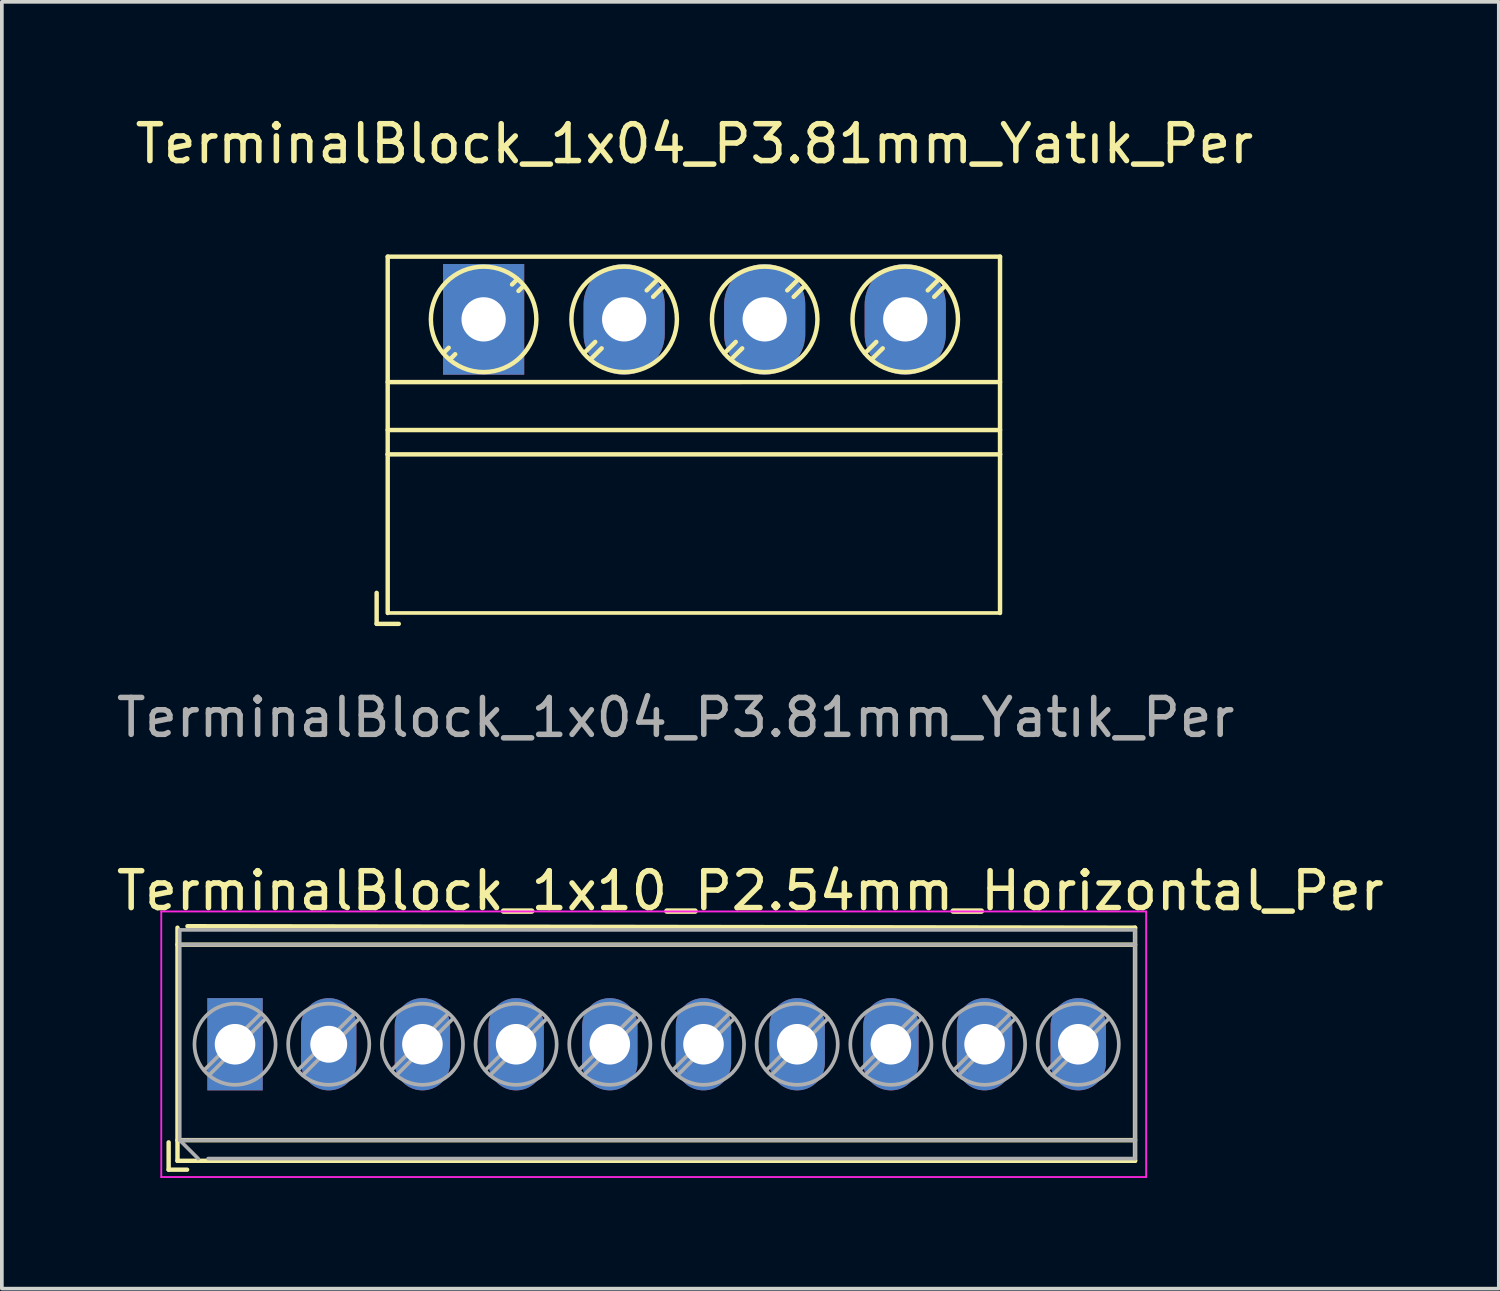
<source format=kicad_pcb>
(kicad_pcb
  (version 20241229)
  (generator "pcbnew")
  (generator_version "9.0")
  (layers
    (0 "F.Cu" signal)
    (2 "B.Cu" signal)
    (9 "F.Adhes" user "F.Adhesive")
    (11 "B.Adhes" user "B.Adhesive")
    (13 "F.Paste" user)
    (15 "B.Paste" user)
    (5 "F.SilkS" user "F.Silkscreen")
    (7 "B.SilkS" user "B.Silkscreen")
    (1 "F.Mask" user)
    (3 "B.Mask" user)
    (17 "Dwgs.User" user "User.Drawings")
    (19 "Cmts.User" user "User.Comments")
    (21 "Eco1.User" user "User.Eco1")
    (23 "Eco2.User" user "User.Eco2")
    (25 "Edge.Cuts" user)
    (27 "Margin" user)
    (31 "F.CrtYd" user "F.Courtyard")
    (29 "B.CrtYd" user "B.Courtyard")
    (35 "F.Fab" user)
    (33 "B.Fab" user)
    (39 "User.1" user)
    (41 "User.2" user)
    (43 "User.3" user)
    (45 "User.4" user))
  (footprint "TerminalBlock_1x04_P3.81mm_Yatık_Per"
    (layer "F.Cu")
    (at 10.061 5.608)
    (property "Reference" "TerminalBlock_1x04_P3.81mm_Yatık_Per" (at 5.715 -4.76 180) (layer "F.SilkS") (effects (font (size 1 1) (thickness 0.15))))
    (attr through_hole)
    (fp_line (start -2.9 7.415) (end -2.9 8.255) (stroke (width 0.12) (type solid)) (layer "F.SilkS"))
    (fp_line (start -2.9 8.255) (end -2.3 8.255) (stroke (width 0.12) (type solid)) (layer "F.SilkS"))
    (fp_line (start -2.6 -1.7) (end -2.6 3.66) (stroke (width 0.12) (type solid)) (layer "F.SilkS"))
    (fp_line (start -2.6 -1.7) (end 14 -1.7) (stroke (width 0.12) (type solid)) (layer "F.SilkS"))
    (fp_line (start -2.6 1.701) (end 14 1.7) (stroke (width 0.12) (type solid)) (layer "F.SilkS"))
    (fp_line (start -2.6 3) (end 14 3) (stroke (width 0.12) (type solid)) (layer "F.SilkS"))
    (fp_line (start -2.6 3.66) (end -2.6 7.96) (stroke (width 0.12) (type solid)) (layer "F.SilkS"))
    (fp_line (start -2.6 3.66) (end 14 3.66) (stroke (width 0.12) (type solid)) (layer "F.SilkS"))
    (fp_line (start -0.946 0.771) (end -1.085 0.91) (stroke (width 0.12) (type solid)) (layer "F.SilkS"))
    (fp_line (start -0.771 0.945) (end -0.911 1.085) (stroke (width 0.12) (type solid)) (layer "F.SilkS"))
    (fp_line (start 0.911 -1.085) (end 0.771 -0.945) (stroke (width 0.12) (type solid)) (layer "F.SilkS"))
    (fp_line (start 1.085 -0.91) (end 0.945 -0.771) (stroke (width 0.12) (type solid)) (layer "F.SilkS"))
    (fp_line (start 3.025 0.611) (end 2.726 0.91) (stroke (width 0.12) (type solid)) (layer "F.SilkS"))
    (fp_line (start 3.2 0.786) (end 2.9 1.085) (stroke (width 0.12) (type solid)) (layer "F.SilkS"))
    (fp_line (start 4.721 -1.085) (end 4.421 -0.786) (stroke (width 0.12) (type solid)) (layer "F.SilkS"))
    (fp_line (start 4.895 -0.91) (end 4.596 -0.611) (stroke (width 0.12) (type solid)) (layer "F.SilkS"))
    (fp_line (start 6.835 0.611) (end 6.536 0.91) (stroke (width 0.12) (type solid)) (layer "F.SilkS"))
    (fp_line (start 7.01 0.786) (end 6.71 1.085) (stroke (width 0.12) (type solid)) (layer "F.SilkS"))
    (fp_line (start 8.531 -1.085) (end 8.231 -0.786) (stroke (width 0.12) (type solid)) (layer "F.SilkS"))
    (fp_line (start 8.705 -0.91) (end 8.406 -0.611) (stroke (width 0.12) (type solid)) (layer "F.SilkS"))
    (fp_line (start 10.645 0.611) (end 10.346 0.91) (stroke (width 0.12) (type solid)) (layer "F.SilkS"))
    (fp_line (start 10.82 0.786) (end 10.52 1.085) (stroke (width 0.12) (type solid)) (layer "F.SilkS"))
    (fp_line (start 12.341 -1.085) (end 12.041 -0.786) (stroke (width 0.12) (type solid)) (layer "F.SilkS"))
    (fp_line (start 12.515 -0.91) (end 12.216 -0.611) (stroke (width 0.12) (type solid)) (layer "F.SilkS"))
    (fp_line (start 14 -1.7) (end 14 3.66) (stroke (width 0.12) (type solid)) (layer "F.SilkS"))
    (fp_line (start 14 3.66) (end 14 7.96) (stroke (width 0.12) (type solid)) (layer "F.SilkS"))
    (fp_line (start 14 7.96) (end -2.6 7.96) (stroke (width 0.1) (type default)) (layer "F.SilkS"))
    (fp_circle (center 0 0) (end 1.43 0) (stroke (width 0.12) (type solid)) (fill no) (layer "F.SilkS"))
    (fp_circle (center 3.81 0) (end 5.24 0) (stroke (width 0.12) (type solid)) (fill no) (layer "F.SilkS"))
    (fp_circle (center 7.62 0) (end 9.05 0) (stroke (width 0.12) (type solid)) (fill no) (layer "F.SilkS"))
    (fp_circle (center 11.43 0) (end 12.86 0) (stroke (width 0.12) (type solid)) (fill no) (layer "F.SilkS"))
    (fp_text user "${REFERENCE}" (at 5.207 10.795 180) (layer "F.Fab") (effects (font (size 1 1) (thickness 0.15))))
    (pad "1" thru_hole rect (at 0 0) (size 2.2 3) (drill 1.2) (layers "*.Cu" "*.Mask"))
    (pad "2" thru_hole oval (at 3.81 0) (size 2.2 3) (drill 1.2) (layers "*.Cu" "*.Mask"))
    (pad "3" thru_hole oval (at 7.62 0) (size 2.2 3) (drill 1.2) (layers "*.Cu" "*.Mask"))
    (pad "4" thru_hole oval (at 11.43 0) (size 2.2 3) (drill 1.2) (layers "*.Cu" "*.Mask")))
  (footprint "TerminalBlock_1x10_P2.54mm_Horizontal_Per"
    (layer "F.Cu")
    (at 3.322 25.26)
    (property "Reference" "TerminalBlock_1x10_P2.54mm_Horizontal_Per" (at 13.97 -4.16 180) (layer "F.SilkS") (effects (font (size 1 1) (thickness 0.15))))
    (attr through_hole)
    (fp_line (start -1.8 2.66) (end -1.8 3.4) (stroke (width 0.12) (type solid)) (layer "F.SilkS"))
    (fp_line (start -1.8 3.4) (end -1.3 3.4) (stroke (width 0.12) (type solid)) (layer "F.SilkS"))
    (fp_line (start -1.56 -3.16) (end -1.56 3.16) (stroke (width 0.12) (type solid)) (layer "F.SilkS"))
    (fp_line (start -1.56 -2.7) (end 24.4 -2.7) (stroke (width 0.12) (type solid)) (layer "F.SilkS"))
    (fp_line (start -1.56 2.6) (end 24.4 2.6) (stroke (width 0.12) (type solid)) (layer "F.SilkS"))
    (fp_line (start -1.56 3.16) (end 24.4 3.16) (stroke (width 0.12) (type solid)) (layer "F.SilkS"))
    (fp_line (start -1.29 -3.2) (end 24.4 -3.16) (stroke (width 0.12) (type solid)) (layer "F.SilkS"))
    (fp_line (start 24.4 -3.16) (end 24.4 3.16) (stroke (width 0.12) (type solid)) (layer "F.SilkS"))
    (fp_line (start -2 -3.6) (end -2 3.6) (stroke (width 0.05) (type solid)) (layer "F.CrtYd"))
    (fp_line (start -2 3.6) (end 24.7 3.6) (stroke (width 0.05) (type solid)) (layer "F.CrtYd"))
    (fp_line (start 24.7 -3.6) (end -2 -3.6) (stroke (width 0.05) (type solid)) (layer "F.CrtYd"))
    (fp_line (start 24.7 3.6) (end 24.7 -3.6) (stroke (width 0.05) (type solid)) (layer "F.CrtYd"))
    (fp_line (start -1.5 -3.1) (end 24.4 -3.1) (stroke (width 0.1) (type solid)) (layer "F.Fab"))
    (fp_line (start -1.5 -2.7) (end 24.4 -2.7) (stroke (width 0.1) (type solid)) (layer "F.Fab"))
    (fp_line (start -1.5 2.6) (end -1.5 -3.1) (stroke (width 0.1) (type solid)) (layer "F.Fab"))
    (fp_line (start -1.5 2.6) (end 24.4 2.6) (stroke (width 0.1) (type solid)) (layer "F.Fab"))
    (fp_line (start -1 3.1) (end -1.5 2.6) (stroke (width 0.1) (type solid)) (layer "F.Fab"))
    (fp_line (start 0.701 -0.835) (end -0.835 0.7) (stroke (width 0.1) (type solid)) (layer "F.Fab"))
    (fp_line (start 0.835 -0.7) (end -0.701 0.835) (stroke (width 0.1) (type solid)) (layer "F.Fab"))
    (fp_line (start 3.241 -0.835) (end 1.706 0.7) (stroke (width 0.1) (type solid)) (layer "F.Fab"))
    (fp_line (start 3.375 -0.7) (end 1.84 0.835) (stroke (width 0.1) (type solid)) (layer "F.Fab"))
    (fp_line (start 5.781 -0.835) (end 4.246 0.7) (stroke (width 0.1) (type solid)) (layer "F.Fab"))
    (fp_line (start 5.915 -0.7) (end 4.38 0.835) (stroke (width 0.1) (type solid)) (layer "F.Fab"))
    (fp_line (start 8.321 -0.835) (end 6.786 0.7) (stroke (width 0.1) (type solid)) (layer "F.Fab"))
    (fp_line (start 8.455 -0.7) (end 6.92 0.835) (stroke (width 0.1) (type solid)) (layer "F.Fab"))
    (fp_line (start 10.861 -0.835) (end 9.326 0.7) (stroke (width 0.1) (type solid)) (layer "F.Fab"))
    (fp_line (start 10.995 -0.7) (end 9.46 0.835) (stroke (width 0.1) (type solid)) (layer "F.Fab"))
    (fp_line (start 13.401 -0.835) (end 11.866 0.7) (stroke (width 0.1) (type solid)) (layer "F.Fab"))
    (fp_line (start 13.535 -0.7) (end 12 0.835) (stroke (width 0.1) (type solid)) (layer "F.Fab"))
    (fp_line (start 15.941 -0.835) (end 14.406 0.7) (stroke (width 0.1) (type solid)) (layer "F.Fab"))
    (fp_line (start 16.075 -0.7) (end 14.54 0.835) (stroke (width 0.1) (type solid)) (layer "F.Fab"))
    (fp_line (start 18.481 -0.835) (end 16.946 0.7) (stroke (width 0.1) (type solid)) (layer "F.Fab"))
    (fp_line (start 18.615 -0.7) (end 17.08 0.835) (stroke (width 0.1) (type solid)) (layer "F.Fab"))
    (fp_line (start 21.021 -0.835) (end 19.486 0.7) (stroke (width 0.1) (type solid)) (layer "F.Fab"))
    (fp_line (start 21.155 -0.7) (end 19.62 0.835) (stroke (width 0.1) (type solid)) (layer "F.Fab"))
    (fp_line (start 23.561 -0.835) (end 22.026 0.7) (stroke (width 0.1) (type solid)) (layer "F.Fab"))
    (fp_line (start 23.695 -0.7) (end 22.16 0.835) (stroke (width 0.1) (type solid)) (layer "F.Fab"))
    (fp_line (start 24.4 -3.1) (end 24.4 3.1) (stroke (width 0.1) (type solid)) (layer "F.Fab"))
    (fp_line (start 24.4 3.1) (end -0.73 3.1) (stroke (width 0.1) (type solid)) (layer "F.Fab"))
    (fp_circle (center 0 0) (end 1.1 0) (stroke (width 0.1) (type solid)) (fill no) (layer "F.Fab"))
    (fp_circle (center 2.54 0) (end 3.64 0) (stroke (width 0.1) (type solid)) (fill no) (layer "F.Fab"))
    (fp_circle (center 5.08 0) (end 6.18 0) (stroke (width 0.1) (type solid)) (fill no) (layer "F.Fab"))
    (fp_circle (center 7.62 0) (end 8.72 0) (stroke (width 0.1) (type solid)) (fill no) (layer "F.Fab"))
    (fp_circle (center 10.16 0) (end 11.26 0) (stroke (width 0.1) (type solid)) (fill no) (layer "F.Fab"))
    (fp_circle (center 12.7 0) (end 13.8 0) (stroke (width 0.1) (type solid)) (fill no) (layer "F.Fab"))
    (fp_circle (center 15.24 0) (end 16.34 0) (stroke (width 0.1) (type solid)) (fill no) (layer "F.Fab"))
    (fp_circle (center 17.78 0) (end 18.88 0) (stroke (width 0.1) (type solid)) (fill no) (layer "F.Fab"))
    (fp_circle (center 20.32 0) (end 21.42 0) (stroke (width 0.1) (type solid)) (fill no) (layer "F.Fab"))
    (fp_circle (center 22.86 0) (end 23.96 0) (stroke (width 0.1) (type solid)) (fill no) (layer "F.Fab"))
    (pad "1" thru_hole rect (at 0 0) (size 1.5 2.5) (drill 1.1) (layers "*.Cu" "*.Mask"))
    (pad "2" thru_hole oval (at 2.54 0) (size 1.5 2.5) (drill 1) (layers "*.Cu" "*.Mask"))
    (pad "3" thru_hole oval (at 5.08 0) (size 1.5 2.5) (drill 1.1) (layers "*.Cu" "*.Mask"))
    (pad "4" thru_hole oval (at 7.62 0) (size 1.5 2.5) (drill 1.1) (layers "*.Cu" "*.Mask"))
    (pad "5" thru_hole oval (at 10.16 0) (size 1.5 2.5) (drill 1.1) (layers "*.Cu" "*.Mask"))
    (pad "6" thru_hole oval (at 12.7 0) (size 1.5 2.5) (drill 1.1) (layers "*.Cu" "*.Mask"))
    (pad "7" thru_hole oval (at 15.24 0) (size 1.5 2.5) (drill 1.1) (layers "*.Cu" "*.Mask"))
    (pad "8" thru_hole oval (at 17.78 0) (size 1.5 2.5) (drill 1.1) (layers "*.Cu" "*.Mask"))
    (pad "9" thru_hole oval (at 20.32 0) (size 1.5 2.5) (drill 1.1) (layers "*.Cu" "*.Mask"))
    (pad "10" thru_hole oval (at 22.86 0) (size 1.5 2.5) (drill 1.1) (layers "*.Cu" "*.Mask")))
  (gr_rect
    (start -3 -3)
    (end 37.583 31.885)
    (stroke (width 0.1) (type default))
    (fill no)
    (layer "Edge.Cuts")))
</source>
